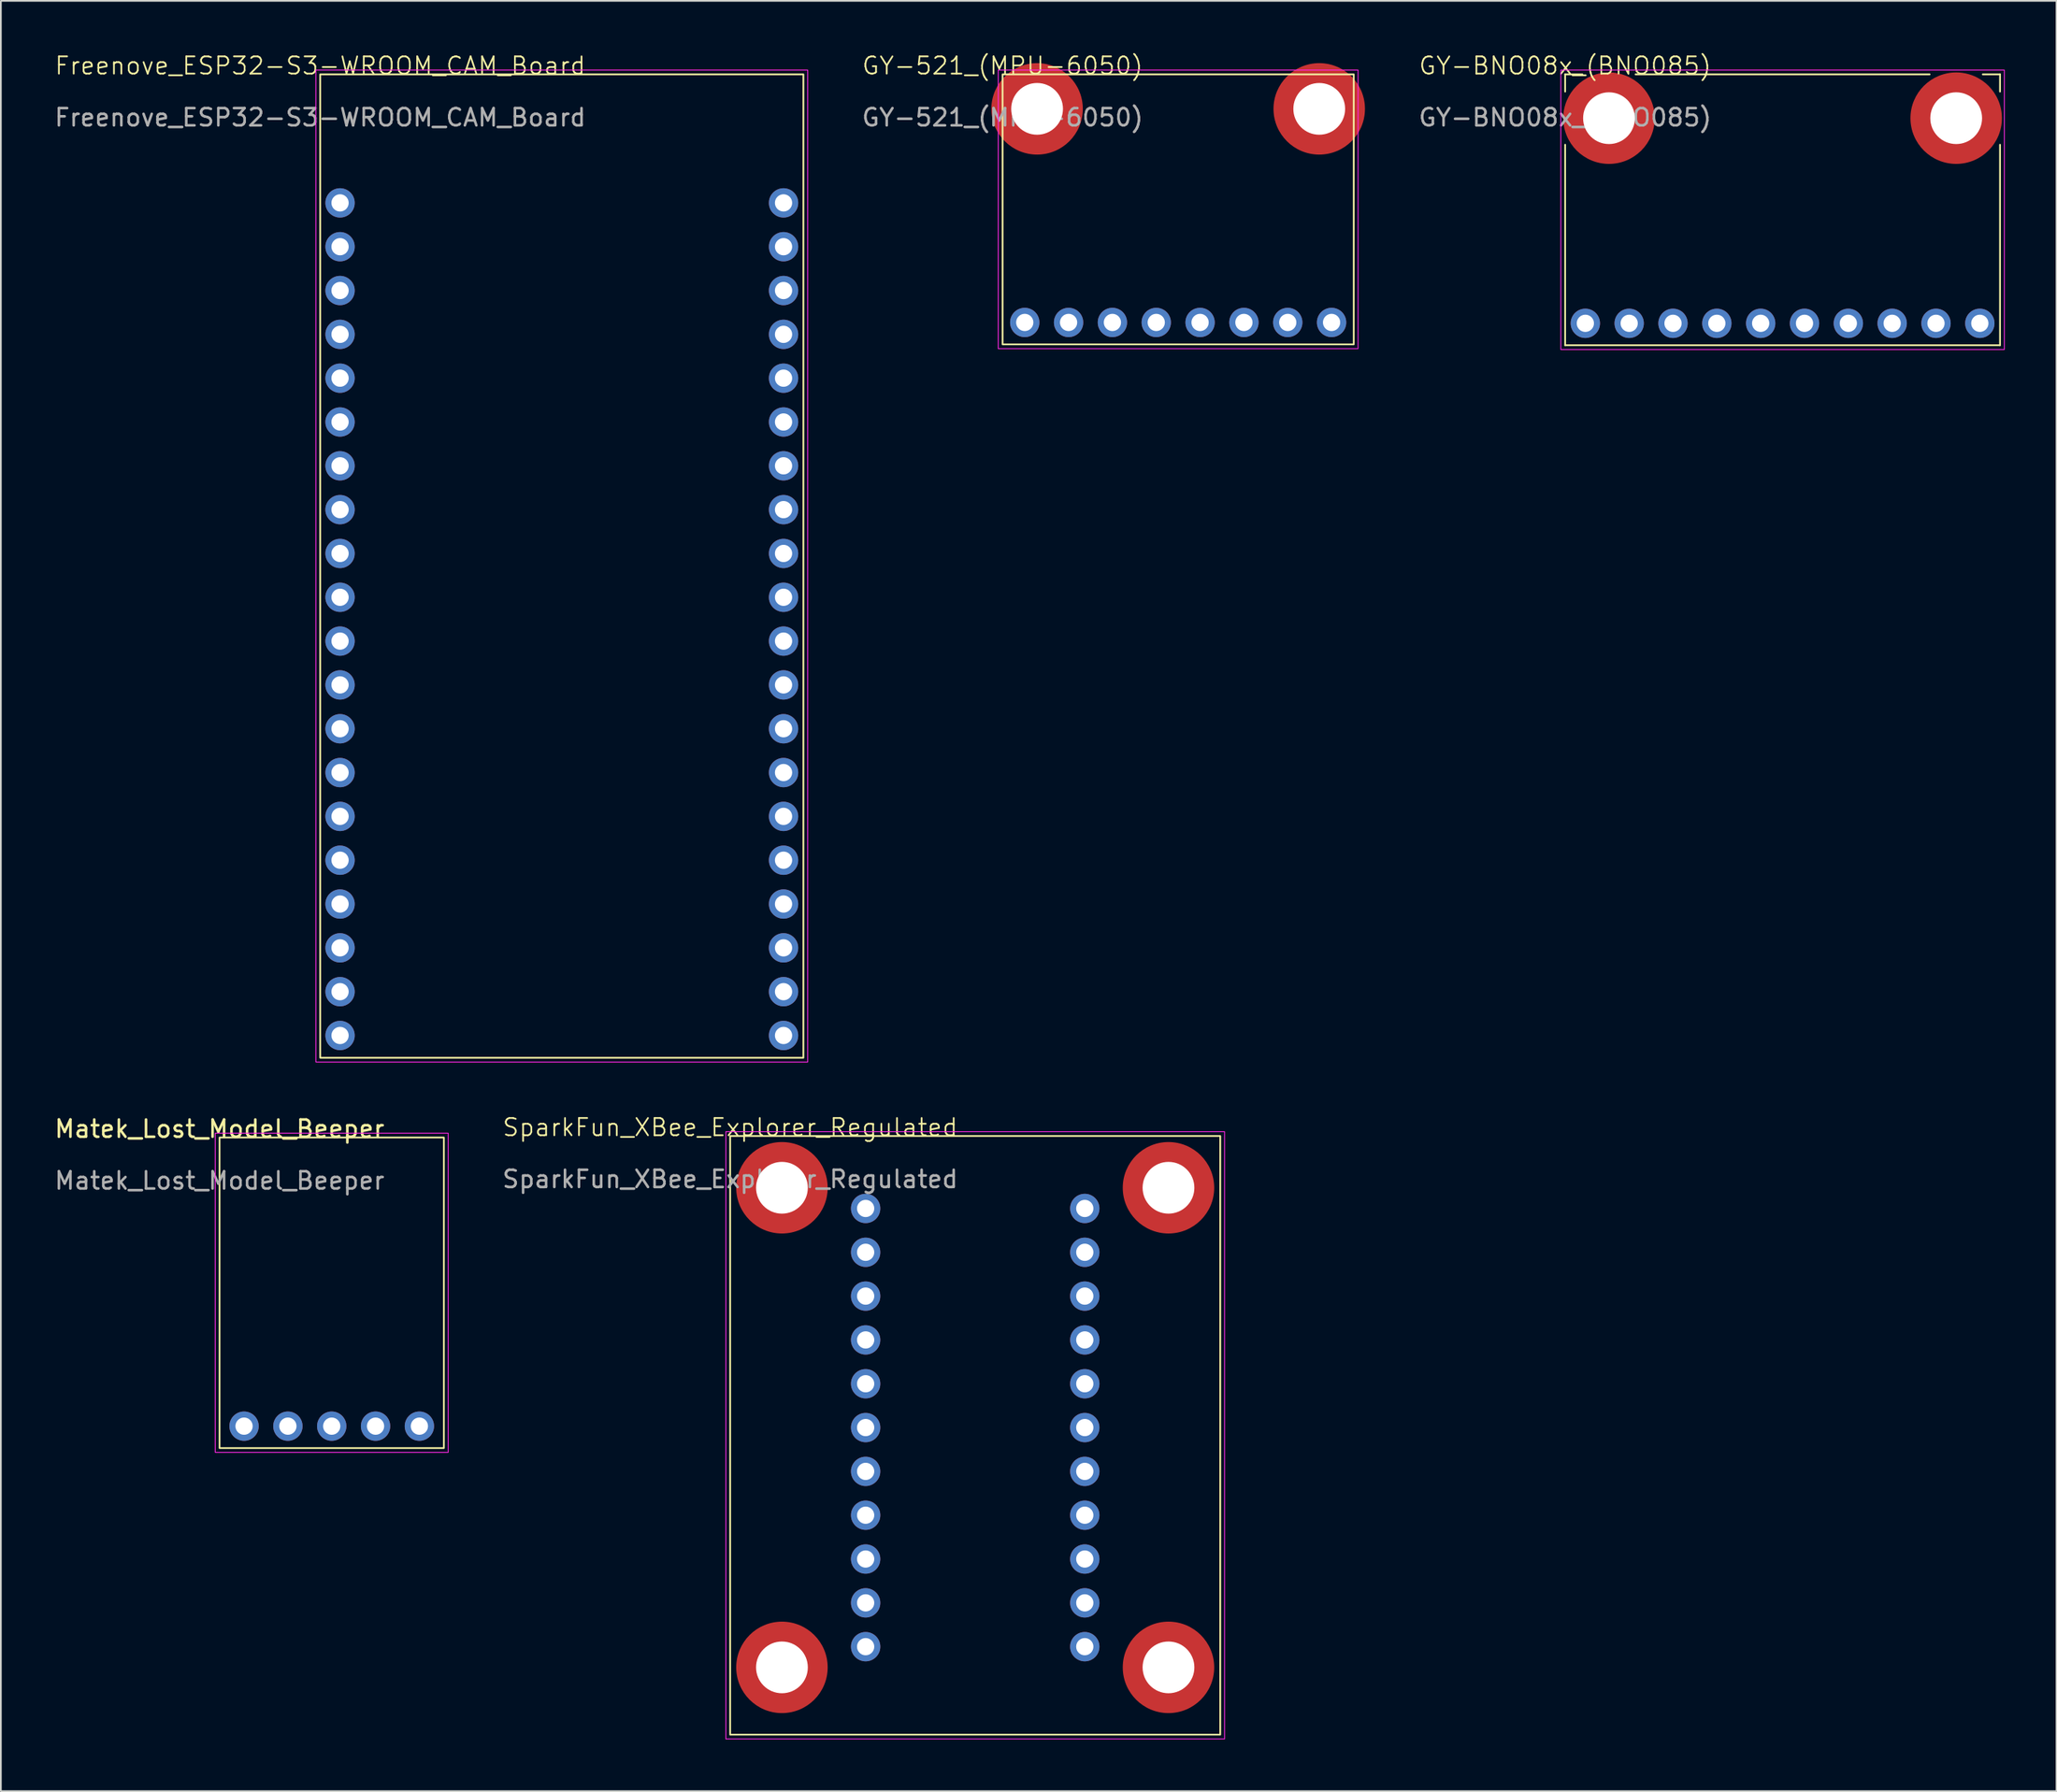
<source format=kicad_pcb>
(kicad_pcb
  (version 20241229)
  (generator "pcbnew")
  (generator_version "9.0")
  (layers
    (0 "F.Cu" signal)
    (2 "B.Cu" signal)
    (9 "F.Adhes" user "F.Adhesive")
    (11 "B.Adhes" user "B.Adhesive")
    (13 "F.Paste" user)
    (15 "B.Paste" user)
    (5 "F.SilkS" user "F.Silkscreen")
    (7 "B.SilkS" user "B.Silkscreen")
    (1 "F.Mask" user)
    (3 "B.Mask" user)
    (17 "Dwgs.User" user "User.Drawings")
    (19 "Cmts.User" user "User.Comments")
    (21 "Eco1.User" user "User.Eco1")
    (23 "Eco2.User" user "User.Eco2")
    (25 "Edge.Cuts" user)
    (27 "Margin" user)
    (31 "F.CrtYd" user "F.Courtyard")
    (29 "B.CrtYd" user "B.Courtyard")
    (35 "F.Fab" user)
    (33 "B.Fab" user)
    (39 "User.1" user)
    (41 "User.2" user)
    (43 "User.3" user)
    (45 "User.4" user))
  (footprint "GY-521_(MPU-6050)"
    (layer "F.Cu")
    (at 55.049 1.26)
    (property "Reference" "GY-521_(MPU-6050)" (at 0 -0.5 0) (unlocked yes) (layer "F.SilkS") (effects (font (size 1 1) (thickness 0.1))))
    (attr through_hole)
    (fp_rect (start 0 0) (end 20.35 15.65) (stroke (width 0.1) (type default)) (fill no) (layer "F.SilkS"))
    (fp_circle (center 2 2) (end 4.1 2) (stroke (width 0.75) (type default)) (fill no) (layer "F.Paste"))
    (fp_circle (center 18.35 2) (end 20.45 2) (stroke (width 0.75) (type default)) (fill no) (layer "F.Paste"))
    (fp_rect (start -0.25 -0.25) (end 20.6 15.9) (stroke (width 0.05) (type default)) (fill no) (layer "F.CrtYd"))
    (fp_text user "${REFERENCE}" (at 0 2.5 0) (unlocked yes) (layer "F.Fab") (effects (font (size 1 1) (thickness 0.15))))
    (pad "" np_thru_hole circle (at 2 2) (size 5.3 5.3) (drill 3) (layers "F.Cu" "F.Mask"))
    (pad "" np_thru_hole circle (at 18.35 2) (size 5.3 5.3) (drill 3) (layers "F.Cu" "F.Mask"))
    (pad "1" thru_hole circle (at 1.285 14.38) (size 1.7 1.7) (drill 1) (layers "*.Cu" "*.Mask"))
    (pad "2" thru_hole circle (at 3.825 14.38) (size 1.7 1.7) (drill 1) (layers "*.Cu" "*.Mask"))
    (pad "3" thru_hole circle (at 6.365 14.38) (size 1.7 1.7) (drill 1) (layers "*.Cu" "*.Mask"))
    (pad "4" thru_hole circle (at 8.905 14.38) (size 1.7 1.7) (drill 1) (layers "*.Cu" "*.Mask"))
    (pad "5" thru_hole circle (at 11.445 14.38) (size 1.7 1.7) (drill 1) (layers "*.Cu" "*.Mask"))
    (pad "6" thru_hole circle (at 13.985 14.38) (size 1.7 1.7) (drill 1) (layers "*.Cu" "*.Mask"))
    (pad "7" thru_hole circle (at 16.525 14.38) (size 1.7 1.7) (drill 1) (layers "*.Cu" "*.Mask"))
    (pad "8" thru_hole circle (at 19.065 14.38) (size 1.7 1.7) (drill 1) (layers "*.Cu" "*.Mask")))
  (footprint "GY-BNO08x_(BNO085)"
    (layer "F.Cu")
    (at 87.65 1.26)
    (property "Reference" "GY-BNO08x_(BNO085)" (at 0 -0.5 0) (unlocked yes) (layer "F.SilkS") (effects (font (size 1 1) (thickness 0.1))))
    (attr through_hole)
    (fp_line (start 0 0) (end 0 1) (stroke (width 0.1) (type default)) (layer "F.SilkS"))
    (fp_line (start 0 0) (end 1 0) (stroke (width 0.1) (type default)) (layer "F.SilkS"))
    (fp_line (start 0 15.7) (end 0 4.08) (stroke (width 0.1) (type default)) (layer "F.SilkS"))
    (fp_line (start 0 15.7) (end 25.2 15.7) (stroke (width 0.1) (type default)) (layer "F.SilkS"))
    (fp_line (start 4.08 0) (end 21.12 0) (stroke (width 0.1) (type default)) (layer "F.SilkS"))
    (fp_line (start 25.2 0) (end 24.2 0) (stroke (width 0.1) (type default)) (layer "F.SilkS"))
    (fp_line (start 25.2 0) (end 25.2 1) (stroke (width 0.1) (type default)) (layer "F.SilkS"))
    (fp_line (start 25.2 15.7) (end 25.2 4.08) (stroke (width 0.1) (type default)) (layer "F.SilkS"))
    (fp_circle (center 2.54 2.54) (end 4.64 2.54) (stroke (width 0.75) (type default)) (fill no) (layer "F.Paste"))
    (fp_circle (center 22.66 2.54) (end 24.76 2.54) (stroke (width 0.75) (type default)) (fill no) (layer "F.Paste"))
    (fp_rect (start -0.25 -0.25) (end 25.45 15.95) (stroke (width 0.05) (type default)) (fill no) (layer "F.CrtYd"))
    (fp_text user "${REFERENCE}" (at 0 2.5 0) (unlocked yes) (layer "F.Fab") (effects (font (size 1 1) (thickness 0.15))))
    (pad "" np_thru_hole circle (at 2.54 2.54) (size 5.3 5.3) (drill 3) (layers "F.Cu" "F.Mask"))
    (pad "" np_thru_hole circle (at 22.66 2.54) (size 5.3 5.3) (drill 3) (layers "F.Cu" "F.Mask"))
    (pad "1" thru_hole circle (at 1.17 14.43) (size 1.7 1.7) (drill 1) (layers "*.Cu" "*.Mask"))
    (pad "2" thru_hole circle (at 3.71 14.43) (size 1.7 1.7) (drill 1) (layers "*.Cu" "*.Mask"))
    (pad "3" thru_hole circle (at 6.25 14.43) (size 1.7 1.7) (drill 1) (layers "*.Cu" "*.Mask"))
    (pad "4" thru_hole circle (at 8.79 14.43) (size 1.7 1.7) (drill 1) (layers "*.Cu" "*.Mask"))
    (pad "5" thru_hole circle (at 11.33 14.43) (size 1.7 1.7) (drill 1) (layers "*.Cu" "*.Mask"))
    (pad "6" thru_hole circle (at 13.87 14.43) (size 1.7 1.7) (drill 1) (layers "*.Cu" "*.Mask"))
    (pad "7" thru_hole circle (at 16.41 14.43) (size 1.7 1.7) (drill 1) (layers "*.Cu" "*.Mask"))
    (pad "8" thru_hole circle (at 18.95 14.43) (size 1.7 1.7) (drill 1) (layers "*.Cu" "*.Mask"))
    (pad "9" thru_hole circle (at 21.49 14.43) (size 1.7 1.7) (drill 1) (layers "*.Cu" "*.Mask"))
    (pad "10" thru_hole circle (at 24.03 14.43) (size 1.7 1.7) (drill 1) (layers "*.Cu" "*.Mask")))
  (footprint "Freenove_ESP32-S3-WROOM_CAM_Board"
    (layer "F.Cu")
    (at 15.506 1.26)
    (property "Reference" "Freenove_ESP32-S3-WROOM_CAM_Board" (at 0 -0.5 0) (unlocked yes) (layer "F.SilkS") (effects (font (size 1 1) (thickness 0.1))))
    (attr through_hole)
    (fp_rect (start 0 0) (end 28 57) (stroke (width 0.1) (type default)) (fill no) (layer "F.SilkS"))
    (fp_rect (start -0.25 -0.25) (end 28.25 57.25) (stroke (width 0.05) (type default)) (fill no) (layer "F.CrtYd"))
    (fp_text user "${REFERENCE}" (at 0 2.5 0) (unlocked yes) (layer "F.Fab") (effects (font (size 1 1) (thickness 0.15))))
    (pad "J2-1" thru_hole circle (at 1.15 7.45) (size 1.7 1.7) (drill 1) (layers "*.Cu" "*.Mask"))
    (pad "J2-2" thru_hole circle (at 1.15 9.99) (size 1.7 1.7) (drill 1) (layers "*.Cu" "*.Mask"))
    (pad "J2-3" thru_hole circle (at 1.15 12.53) (size 1.7 1.7) (drill 1) (layers "*.Cu" "*.Mask"))
    (pad "J2-4" thru_hole circle (at 1.15 15.07) (size 1.7 1.7) (drill 1) (layers "*.Cu" "*.Mask"))
    (pad "J2-5" thru_hole circle (at 1.15 17.61) (size 1.7 1.7) (drill 1) (layers "*.Cu" "*.Mask"))
    (pad "J2-6" thru_hole circle (at 1.15 20.15) (size 1.7 1.7) (drill 1) (layers "*.Cu" "*.Mask"))
    (pad "J2-7" thru_hole circle (at 1.15 22.69) (size 1.7 1.7) (drill 1) (layers "*.Cu" "*.Mask"))
    (pad "J2-8" thru_hole circle (at 1.15 25.23) (size 1.7 1.7) (drill 1) (layers "*.Cu" "*.Mask"))
    (pad "J2-9" thru_hole circle (at 1.15 27.77) (size 1.7 1.7) (drill 1) (layers "*.Cu" "*.Mask"))
    (pad "J2-10" thru_hole circle (at 1.15 30.31) (size 1.7 1.7) (drill 1) (layers "*.Cu" "*.Mask"))
    (pad "J2-11" thru_hole circle (at 1.15 32.85) (size 1.7 1.7) (drill 1) (layers "*.Cu" "*.Mask"))
    (pad "J2-12" thru_hole circle (at 1.15 35.39) (size 1.7 1.7) (drill 1) (layers "*.Cu" "*.Mask"))
    (pad "J2-13" thru_hole circle (at 1.15 37.93) (size 1.7 1.7) (drill 1) (layers "*.Cu" "*.Mask"))
    (pad "J2-14" thru_hole circle (at 1.15 40.47) (size 1.7 1.7) (drill 1) (layers "*.Cu" "*.Mask"))
    (pad "J2-15" thru_hole circle (at 1.15 43.01) (size 1.7 1.7) (drill 1) (layers "*.Cu" "*.Mask"))
    (pad "J2-16" thru_hole circle (at 1.15 45.55) (size 1.7 1.7) (drill 1) (layers "*.Cu" "*.Mask"))
    (pad "J2-17" thru_hole circle (at 1.15 48.09) (size 1.7 1.7) (drill 1) (layers "*.Cu" "*.Mask"))
    (pad "J2-18" thru_hole circle (at 1.15 50.63) (size 1.7 1.7) (drill 1) (layers "*.Cu" "*.Mask"))
    (pad "J2-19" thru_hole circle (at 1.15 53.17) (size 1.7 1.7) (drill 1) (layers "*.Cu" "*.Mask"))
    (pad "J2-20" thru_hole circle (at 1.15 55.71) (size 1.7 1.7) (drill 1) (layers "*.Cu" "*.Mask"))
    (pad "J3-1" thru_hole circle (at 26.85 7.45) (size 1.7 1.7) (drill 1) (layers "*.Cu" "*.Mask"))
    (pad "J3-2" thru_hole circle (at 26.85 9.99) (size 1.7 1.7) (drill 1) (layers "*.Cu" "*.Mask"))
    (pad "J3-3" thru_hole circle (at 26.85 12.53) (size 1.7 1.7) (drill 1) (layers "*.Cu" "*.Mask"))
    (pad "J3-4" thru_hole circle (at 26.85 15.07) (size 1.7 1.7) (drill 1) (layers "*.Cu" "*.Mask"))
    (pad "J3-5" thru_hole circle (at 26.85 17.61) (size 1.7 1.7) (drill 1) (layers "*.Cu" "*.Mask"))
    (pad "J3-6" thru_hole circle (at 26.85 20.15) (size 1.7 1.7) (drill 1) (layers "*.Cu" "*.Mask"))
    (pad "J3-7" thru_hole circle (at 26.85 22.69) (size 1.7 1.7) (drill 1) (layers "*.Cu" "*.Mask"))
    (pad "J3-8" thru_hole circle (at 26.85 25.23) (size 1.7 1.7) (drill 1) (layers "*.Cu" "*.Mask"))
    (pad "J3-9" thru_hole circle (at 26.85 27.77) (size 1.7 1.7) (drill 1) (layers "*.Cu" "*.Mask"))
    (pad "J3-10" thru_hole circle (at 26.85 30.31) (size 1.7 1.7) (drill 1) (layers "*.Cu" "*.Mask"))
    (pad "J3-11" thru_hole circle (at 26.85 32.85) (size 1.7 1.7) (drill 1) (layers "*.Cu" "*.Mask"))
    (pad "J3-12" thru_hole circle (at 26.85 35.39) (size 1.7 1.7) (drill 1) (layers "*.Cu" "*.Mask"))
    (pad "J3-13" thru_hole circle (at 26.85 37.93) (size 1.7 1.7) (drill 1) (layers "*.Cu" "*.Mask"))
    (pad "J3-14" thru_hole circle (at 26.85 40.47) (size 1.7 1.7) (drill 1) (layers "*.Cu" "*.Mask"))
    (pad "J3-15" thru_hole circle (at 26.85 43.01) (size 1.7 1.7) (drill 1) (layers "*.Cu" "*.Mask"))
    (pad "J3-16" thru_hole circle (at 26.85 45.55) (size 1.7 1.7) (drill 1) (layers "*.Cu" "*.Mask"))
    (pad "J3-17" thru_hole circle (at 26.85 48.09) (size 1.7 1.7) (drill 1) (layers "*.Cu" "*.Mask"))
    (pad "J3-18" thru_hole circle (at 26.85 50.63) (size 1.7 1.7) (drill 1) (layers "*.Cu" "*.Mask"))
    (pad "J3-19" thru_hole circle (at 26.85 53.17) (size 1.7 1.7) (drill 1) (layers "*.Cu" "*.Mask"))
    (pad "J3-20" thru_hole circle (at 26.85 55.71) (size 1.7 1.7) (drill 1) (layers "*.Cu" "*.Mask")))
  (footprint "Matek_Lost_Model_Beeper"
    (layer "F.Cu")
    (at 9.673 62.884)
    (property "Reference" "Matek_Lost_Model_Beeper" (at 0 -0.5 0) (unlocked yes) (layer "F.SilkS") (effects (font (size 1 1) (thickness 0.15))))
    (attr through_hole)
    (fp_rect (start 0 0) (end 13 18) (stroke (width 0.1) (type default)) (fill no) (layer "F.SilkS"))
    (fp_rect (start -0.25 -0.25) (end 13.25 18.25) (stroke (width 0.05) (type default)) (fill no) (layer "F.CrtYd"))
    (fp_text user "${REFERENCE}" (at 0 2.5 0) (unlocked yes) (layer "F.Fab") (effects (font (size 1 1) (thickness 0.15))))
    (pad "1" thru_hole circle (at 1.42 16.73) (size 1.7 1.7) (drill 1) (layers "*.Cu" "*.Mask"))
    (pad "2" thru_hole circle (at 3.96 16.73) (size 1.7 1.7) (drill 1) (layers "*.Cu" "*.Mask"))
    (pad "3" thru_hole circle (at 6.5 16.73) (size 1.7 1.7) (drill 1) (layers "*.Cu" "*.Mask"))
    (pad "4" thru_hole circle (at 9.04 16.73) (size 1.7 1.7) (drill 1) (layers "*.Cu" "*.Mask"))
    (pad "5" thru_hole circle (at 11.58 16.73) (size 1.7 1.7) (drill 1) (layers "*.Cu" "*.Mask")))
  (footprint "SparkFun_XBee_Explorer_Regulated"
    (layer "F.Cu")
    (at 39.263 62.796)
    (property "Reference" "SparkFun_XBee_Explorer_Regulated" (at 0 -0.5 0) (unlocked yes) (layer "F.SilkS") (effects (font (size 1 1) (thickness 0.1))))
    (attr through_hole)
    (fp_rect (start 0 0) (end 28.4 34.7) (stroke (width 0.1) (type default)) (fill no) (layer "F.SilkS"))
    (fp_circle (center 3 3) (end 5.1 3) (stroke (width 0.75) (type default)) (fill no) (layer "F.Paste"))
    (fp_circle (center 3 30.8) (end 5.1 30.8) (stroke (width 0.75) (type default)) (fill no) (layer "F.Paste"))
    (fp_circle (center 25.4 3) (end 27.5 3) (stroke (width 0.75) (type default)) (fill no) (layer "F.Paste"))
    (fp_circle (center 25.4 30.8) (end 27.5 30.8) (stroke (width 0.75) (type default)) (fill no) (layer "F.Paste"))
    (fp_rect (start -0.25 -0.25) (end 28.65 34.95) (stroke (width 0.05) (type default)) (fill no) (layer "F.CrtYd"))
    (fp_text user "${REFERENCE}" (at 0 2.5 0) (unlocked yes) (layer "F.Fab") (effects (font (size 1 1) (thickness 0.15))))
    (pad "" np_thru_hole circle (at 3 3) (size 5.3 5.3) (drill 3) (layers "F.Cu" "F.Mask"))
    (pad "" np_thru_hole circle (at 3 30.8) (size 5.3 5.3) (drill 3) (layers "F.Cu" "F.Mask"))
    (pad "" np_thru_hole circle (at 25.4 3) (size 5.3 5.3) (drill 3) (layers "F.Cu" "F.Mask"))
    (pad "" np_thru_hole circle (at 25.4 30.8) (size 5.3 5.3) (drill 3) (layers "F.Cu" "F.Mask"))
    (pad "JP5_1" thru_hole circle (at 20.55 4.2) (size 1.7 1.7) (drill 1) (layers "*.Cu" "*.Mask"))
    (pad "JP5_2" thru_hole circle (at 20.55 6.74) (size 1.7 1.7) (drill 1) (layers "*.Cu" "*.Mask"))
    (pad "JP5_3" thru_hole circle (at 20.55 9.28) (size 1.7 1.7) (drill 1) (layers "*.Cu" "*.Mask"))
    (pad "JP5_4" thru_hole circle (at 20.55 11.82) (size 1.7 1.7) (drill 1) (layers "*.Cu" "*.Mask"))
    (pad "JP5_5" thru_hole circle (at 20.55 14.36) (size 1.7 1.7) (drill 1) (layers "*.Cu" "*.Mask"))
    (pad "JP5_6" thru_hole circle (at 20.55 16.9) (size 1.7 1.7) (drill 1) (layers "*.Cu" "*.Mask"))
    (pad "JP5_7" thru_hole circle (at 20.55 19.44) (size 1.7 1.7) (drill 1) (layers "*.Cu" "*.Mask"))
    (pad "JP5_8" thru_hole circle (at 20.55 21.98) (size 1.7 1.7) (drill 1) (layers "*.Cu" "*.Mask"))
    (pad "JP5_9" thru_hole circle (at 20.55 24.52) (size 1.7 1.7) (drill 1) (layers "*.Cu" "*.Mask"))
    (pad "JP5_10" thru_hole circle (at 20.55 27.06) (size 1.7 1.7) (drill 1) (layers "*.Cu" "*.Mask"))
    (pad "JP5_11" thru_hole circle (at 20.55 29.6) (size 1.7 1.7) (drill 1) (layers "*.Cu" "*.Mask"))
    (pad "JP6_1" thru_hole circle (at 7.85 29.6) (size 1.7 1.7) (drill 1) (layers "*.Cu" "*.Mask"))
    (pad "JP6_2" thru_hole circle (at 7.85 27.06) (size 1.7 1.7) (drill 1) (layers "*.Cu" "*.Mask"))
    (pad "JP6_3" thru_hole circle (at 7.85 24.52) (size 1.7 1.7) (drill 1) (layers "*.Cu" "*.Mask"))
    (pad "JP6_4" thru_hole circle (at 7.85 21.98) (size 1.7 1.7) (drill 1) (layers "*.Cu" "*.Mask"))
    (pad "JP6_5" thru_hole circle (at 7.85 19.44) (size 1.7 1.7) (drill 1) (layers "*.Cu" "*.Mask"))
    (pad "JP6_6" thru_hole circle (at 7.85 16.9) (size 1.7 1.7) (drill 1) (layers "*.Cu" "*.Mask"))
    (pad "JP6_7" thru_hole circle (at 7.85 14.36) (size 1.7 1.7) (drill 1) (layers "*.Cu" "*.Mask"))
    (pad "JP6_8" thru_hole circle (at 7.85 11.82) (size 1.7 1.7) (drill 1) (layers "*.Cu" "*.Mask"))
    (pad "JP6_9" thru_hole circle (at 7.85 9.28) (size 1.7 1.7) (drill 1) (layers "*.Cu" "*.Mask"))
    (pad "JP6_10" thru_hole circle (at 7.85 6.74) (size 1.7 1.7) (drill 1) (layers "*.Cu" "*.Mask"))
    (pad "JP6_11" thru_hole circle (at 7.85 4.2) (size 1.7 1.7) (drill 1) (layers "*.Cu" "*.Mask")))
  (gr_rect
    (start -3 -3)
    (end 116.125 100.771)
    (stroke (width 0.1) (type default))
    (fill no)
    (layer "Edge.Cuts")))
</source>
